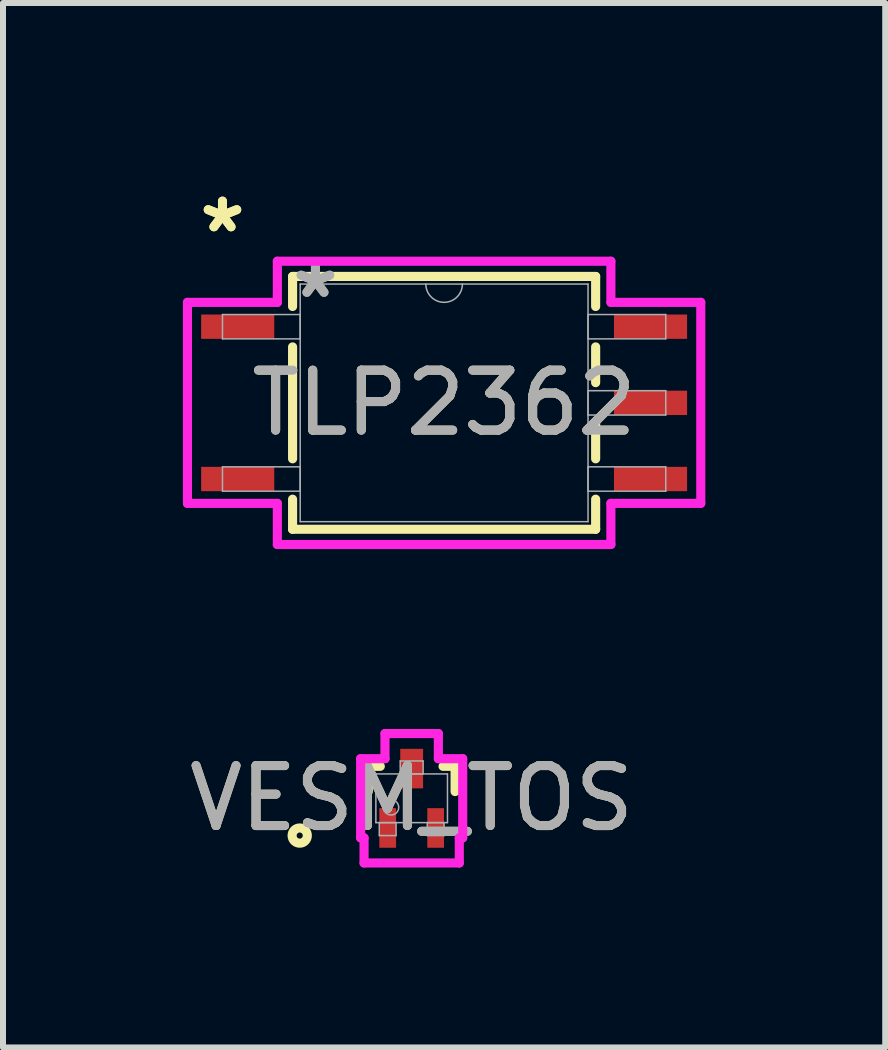
<source format=kicad_pcb>
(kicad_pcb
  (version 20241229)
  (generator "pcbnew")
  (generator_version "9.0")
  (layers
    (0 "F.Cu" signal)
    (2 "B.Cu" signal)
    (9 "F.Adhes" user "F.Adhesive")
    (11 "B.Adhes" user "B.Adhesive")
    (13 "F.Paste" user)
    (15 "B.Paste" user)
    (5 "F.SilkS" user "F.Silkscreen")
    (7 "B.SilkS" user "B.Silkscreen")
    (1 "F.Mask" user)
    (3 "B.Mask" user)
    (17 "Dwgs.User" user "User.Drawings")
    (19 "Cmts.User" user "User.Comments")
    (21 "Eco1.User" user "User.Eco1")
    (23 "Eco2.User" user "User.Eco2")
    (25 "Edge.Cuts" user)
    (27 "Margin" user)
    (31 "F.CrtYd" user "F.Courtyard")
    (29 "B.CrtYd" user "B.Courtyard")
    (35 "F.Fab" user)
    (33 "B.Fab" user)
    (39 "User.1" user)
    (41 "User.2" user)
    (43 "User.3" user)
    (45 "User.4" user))
  (footprint "VESM_TOS"
    (layer "F.Cu")
    (at 3.815 10.262)
    (property "Reference" "VESM_TOS" (at 0 0 0) (unlocked yes) (layer "F.SilkS") (effects (font (size 1 1) (thickness 0.15))))
    (attr smd)
    (fp_line (start -0.724 -0.533) (end -0.724 -0.112) (stroke (width 0.152) (type solid)) (layer "F.SilkS"))
    (fp_line (start -0.523 -0.533) (end -0.724 -0.533) (stroke (width 0.152) (type solid)) (layer "F.SilkS"))
    (fp_line (start 0.724 -0.533) (end 0.523 -0.533) (stroke (width 0.152) (type solid)) (layer "F.SilkS"))
    (fp_line (start 0.724 -0.112) (end 0.724 -0.533) (stroke (width 0.152) (type solid)) (layer "F.SilkS"))
    (fp_circle (center -1.867 0.622) (end -1.74 0.622) (stroke (width 0.152) (type solid)) (fill no) (layer "F.SilkS"))
    (fp_line (start -0.851 -0.66) (end -0.445 -0.66) (stroke (width 0.152) (type solid)) (layer "F.CrtYd"))
    (fp_line (start -0.851 0.66) (end -0.851 -0.66) (stroke (width 0.152) (type solid)) (layer "F.CrtYd"))
    (fp_line (start -0.851 0.66) (end -0.794 0.66) (stroke (width 0.152) (type solid)) (layer "F.CrtYd"))
    (fp_line (start -0.794 0.66) (end -0.794 1.079) (stroke (width 0.152) (type solid)) (layer "F.CrtYd"))
    (fp_line (start -0.794 1.079) (end 0.794 1.079) (stroke (width 0.152) (type solid)) (layer "F.CrtYd"))
    (fp_line (start -0.445 -1.079) (end 0.445 -1.079) (stroke (width 0.152) (type solid)) (layer "F.CrtYd"))
    (fp_line (start -0.445 -0.66) (end -0.445 -1.079) (stroke (width 0.152) (type solid)) (layer "F.CrtYd"))
    (fp_line (start 0.445 -0.66) (end 0.445 -1.079) (stroke (width 0.152) (type solid)) (layer "F.CrtYd"))
    (fp_line (start 0.794 0.66) (end 0.794 1.079) (stroke (width 0.152) (type solid)) (layer "F.CrtYd"))
    (fp_line (start 0.851 -0.66) (end 0.445 -0.66) (stroke (width 0.152) (type solid)) (layer "F.CrtYd"))
    (fp_line (start 0.851 -0.66) (end 0.851 0.66) (stroke (width 0.152) (type solid)) (layer "F.CrtYd"))
    (fp_line (start 0.851 0.66) (end 0.794 0.66) (stroke (width 0.152) (type solid)) (layer "F.CrtYd"))
    (fp_line (start -0.597 -0.406) (end -0.597 0.406) (stroke (width 0.025) (type solid)) (layer "F.Fab"))
    (fp_line (start -0.597 0.406) (end 0.597 0.406) (stroke (width 0.025) (type solid)) (layer "F.Fab"))
    (fp_line (start -0.54 0.406) (end -0.54 0.622) (stroke (width 0.025) (type solid)) (layer "F.Fab"))
    (fp_line (start -0.54 0.622) (end -0.26 0.622) (stroke (width 0.025) (type solid)) (layer "F.Fab"))
    (fp_line (start -0.26 0.406) (end -0.54 0.406) (stroke (width 0.025) (type solid)) (layer "F.Fab"))
    (fp_line (start -0.26 0.622) (end -0.26 0.406) (stroke (width 0.025) (type solid)) (layer "F.Fab"))
    (fp_line (start -0.191 -0.622) (end -0.191 -0.406) (stroke (width 0.025) (type solid)) (layer "F.Fab"))
    (fp_line (start -0.191 -0.406) (end 0.191 -0.406) (stroke (width 0.025) (type solid)) (layer "F.Fab"))
    (fp_line (start 0.191 -0.622) (end -0.191 -0.622) (stroke (width 0.025) (type solid)) (layer "F.Fab"))
    (fp_line (start 0.191 -0.406) (end 0.191 -0.622) (stroke (width 0.025) (type solid)) (layer "F.Fab"))
    (fp_line (start 0.26 0.406) (end 0.26 0.622) (stroke (width 0.025) (type solid)) (layer "F.Fab"))
    (fp_line (start 0.26 0.622) (end 0.54 0.622) (stroke (width 0.025) (type solid)) (layer "F.Fab"))
    (fp_line (start 0.54 0.406) (end 0.26 0.406) (stroke (width 0.025) (type solid)) (layer "F.Fab"))
    (fp_line (start 0.54 0.622) (end 0.54 0.406) (stroke (width 0.025) (type solid)) (layer "F.Fab"))
    (fp_line (start 0.597 -0.406) (end -0.597 -0.406) (stroke (width 0.025) (type solid)) (layer "F.Fab"))
    (fp_line (start 0.597 0.406) (end 0.597 -0.406) (stroke (width 0.025) (type solid)) (layer "F.Fab"))
    (fp_circle (center -0.343 0.152) (end -0.216 0.152) (stroke (width 0.025) (type solid)) (fill no) (layer "F.Fab"))
    (fp_text user "${REFERENCE}" (at 0 0 0) (unlocked yes) (layer "F.Fab") (effects (font (size 1 1) (thickness 0.15))))
    (pad "1" smd rect (at -0.4 0.495) (size 0.279 0.66) (layers "F.Cu" "F.Mask" "F.Paste"))
    (pad "2" smd rect (at 0.4 0.495) (size 0.279 0.66) (layers "F.Cu" "F.Mask" "F.Paste"))
    (pad "3" smd rect (at 0 -0.495) (size 0.381 0.66) (layers "F.Cu" "F.Mask" "F.Paste")))
  (footprint "TLP2362"
    (layer "F.Cu")
    (at 4.356 3.668)
    (property "Reference" "TLP2362" (at 0 0 0) (unlocked yes) (layer "F.SilkS") (effects (font (size 1 1) (thickness 0.15))))
    (attr smd)
    (fp_line (start -2.527 -2.108) (end -2.527 -1.607) (stroke (width 0.152) (type solid)) (layer "F.SilkS"))
    (fp_line (start -2.527 -0.933) (end -2.527 0.933) (stroke (width 0.152) (type solid)) (layer "F.SilkS"))
    (fp_line (start -2.527 1.607) (end -2.527 2.108) (stroke (width 0.152) (type solid)) (layer "F.SilkS"))
    (fp_line (start -2.527 2.108) (end 2.527 2.108) (stroke (width 0.152) (type solid)) (layer "F.SilkS"))
    (fp_line (start 2.527 -2.108) (end -2.527 -2.108) (stroke (width 0.152) (type solid)) (layer "F.SilkS"))
    (fp_line (start 2.527 -1.607) (end 2.527 -2.108) (stroke (width 0.152) (type solid)) (layer "F.SilkS"))
    (fp_line (start 2.527 -0.337) (end 2.527 -0.933) (stroke (width 0.152) (type solid)) (layer "F.SilkS"))
    (fp_line (start 2.527 0.933) (end 2.527 0.337) (stroke (width 0.152) (type solid)) (layer "F.SilkS"))
    (fp_line (start 2.527 2.108) (end 2.527 1.607) (stroke (width 0.152) (type solid)) (layer "F.SilkS"))
    (fp_line (start -4.28 -1.676) (end -2.781 -1.676) (stroke (width 0.152) (type solid)) (layer "F.CrtYd"))
    (fp_line (start -4.28 1.676) (end -4.28 -1.676) (stroke (width 0.152) (type solid)) (layer "F.CrtYd"))
    (fp_line (start -2.781 -2.362) (end 2.781 -2.362) (stroke (width 0.152) (type solid)) (layer "F.CrtYd"))
    (fp_line (start -2.781 -1.676) (end -2.781 -2.362) (stroke (width 0.152) (type solid)) (layer "F.CrtYd"))
    (fp_line (start -2.781 1.676) (end -4.28 1.676) (stroke (width 0.152) (type solid)) (layer "F.CrtYd"))
    (fp_line (start -2.781 2.362) (end -2.781 1.676) (stroke (width 0.152) (type solid)) (layer "F.CrtYd"))
    (fp_line (start 2.781 -2.362) (end 2.781 -1.676) (stroke (width 0.152) (type solid)) (layer "F.CrtYd"))
    (fp_line (start 2.781 -1.676) (end 4.28 -1.676) (stroke (width 0.152) (type solid)) (layer "F.CrtYd"))
    (fp_line (start 2.781 1.676) (end 2.781 2.362) (stroke (width 0.152) (type solid)) (layer "F.CrtYd"))
    (fp_line (start 2.781 2.362) (end -2.781 2.362) (stroke (width 0.152) (type solid)) (layer "F.CrtYd"))
    (fp_line (start 4.28 -1.676) (end 4.28 1.676) (stroke (width 0.152) (type solid)) (layer "F.CrtYd"))
    (fp_line (start 4.28 1.676) (end 2.781 1.676) (stroke (width 0.152) (type solid)) (layer "F.CrtYd"))
    (fp_line (start -3.696 -1.473) (end -3.696 -1.067) (stroke (width 0.025) (type solid)) (layer "F.Fab"))
    (fp_line (start -3.696 -1.067) (end -2.4 -1.067) (stroke (width 0.025) (type solid)) (layer "F.Fab"))
    (fp_line (start -3.696 1.067) (end -3.696 1.473) (stroke (width 0.025) (type solid)) (layer "F.Fab"))
    (fp_line (start -3.696 1.473) (end -2.4 1.473) (stroke (width 0.025) (type solid)) (layer "F.Fab"))
    (fp_line (start -2.4 -1.981) (end -2.4 1.981) (stroke (width 0.025) (type solid)) (layer "F.Fab"))
    (fp_line (start -2.4 -1.473) (end -3.696 -1.473) (stroke (width 0.025) (type solid)) (layer "F.Fab"))
    (fp_line (start -2.4 -1.067) (end -2.4 -1.473) (stroke (width 0.025) (type solid)) (layer "F.Fab"))
    (fp_line (start -2.4 1.067) (end -3.696 1.067) (stroke (width 0.025) (type solid)) (layer "F.Fab"))
    (fp_line (start -2.4 1.473) (end -2.4 1.067) (stroke (width 0.025) (type solid)) (layer "F.Fab"))
    (fp_line (start -2.4 1.981) (end 2.4 1.981) (stroke (width 0.025) (type solid)) (layer "F.Fab"))
    (fp_line (start 2.4 -1.981) (end -2.4 -1.981) (stroke (width 0.025) (type solid)) (layer "F.Fab"))
    (fp_line (start 2.4 -1.473) (end 2.4 -1.067) (stroke (width 0.025) (type solid)) (layer "F.Fab"))
    (fp_line (start 2.4 -1.067) (end 3.696 -1.067) (stroke (width 0.025) (type solid)) (layer "F.Fab"))
    (fp_line (start 2.4 -0.203) (end 2.4 0.203) (stroke (width 0.025) (type solid)) (layer "F.Fab"))
    (fp_line (start 2.4 0.203) (end 3.696 0.203) (stroke (width 0.025) (type solid)) (layer "F.Fab"))
    (fp_line (start 2.4 1.067) (end 2.4 1.473) (stroke (width 0.025) (type solid)) (layer "F.Fab"))
    (fp_line (start 2.4 1.473) (end 3.696 1.473) (stroke (width 0.025) (type solid)) (layer "F.Fab"))
    (fp_line (start 2.4 1.981) (end 2.4 -1.981) (stroke (width 0.025) (type solid)) (layer "F.Fab"))
    (fp_line (start 3.696 -1.473) (end 2.4 -1.473) (stroke (width 0.025) (type solid)) (layer "F.Fab"))
    (fp_line (start 3.696 -1.067) (end 3.696 -1.473) (stroke (width 0.025) (type solid)) (layer "F.Fab"))
    (fp_line (start 3.696 -0.203) (end 2.4 -0.203) (stroke (width 0.025) (type solid)) (layer "F.Fab"))
    (fp_line (start 3.696 0.203) (end 3.696 -0.203) (stroke (width 0.025) (type solid)) (layer "F.Fab"))
    (fp_line (start 3.696 1.067) (end 2.4 1.067) (stroke (width 0.025) (type solid)) (layer "F.Fab"))
    (fp_line (start 3.696 1.473) (end 3.696 1.067) (stroke (width 0.025) (type solid)) (layer "F.Fab"))
    (fp_arc (start 0.3048 -1.9812) (mid 0 -1.6764) (end -0.3048 -1.9812) (stroke (width 0.0254) (type solid)) (layer "F.Fab"))
    (fp_text user "*" (at -3.696 -2.819 0) (unlocked yes) (layer "F.SilkS") (effects (font (size 1 1) (thickness 0.15))))
    (fp_text user "*" (at -3.696 -2.819 0) (layer "F.SilkS") (effects (font (size 1 1) (thickness 0.15))))
    (fp_text user "*" (at -2.146 -1.727 0) (unlocked yes) (layer "F.Fab") (effects (font (size 1 1) (thickness 0.15))))
    (fp_text user "${REFERENCE}" (at 0 0 0) (unlocked yes) (layer "F.Fab") (effects (font (size 1 1) (thickness 0.15))))
    (fp_text user "*" (at -2.146 -1.727 0) (layer "F.Fab") (effects (font (size 1 1) (thickness 0.15))))
    (pad "1" smd rect (at -3.442 -1.27) (size 1.219 0.406) (layers "F.Cu" "F.Mask" "F.Paste"))
    (pad "3" smd rect (at -3.442 1.27) (size 1.219 0.406) (layers "F.Cu" "F.Mask" "F.Paste"))
    (pad "4" smd rect (at 3.442 1.27) (size 1.219 0.406) (layers "F.Cu" "F.Mask" "F.Paste"))
    (pad "5" smd rect (at 3.442 0) (size 1.219 0.406) (layers "F.Cu" "F.Mask" "F.Paste"))
    (pad "6" smd rect (at 3.442 -1.27) (size 1.219 0.406) (layers "F.Cu" "F.Mask" "F.Paste")))
  (gr_rect
    (start -3 -3)
    (end 11.712 14.417)
    (stroke (width 0.1) (type default))
    (fill no)
    (layer "Edge.Cuts")))
</source>
